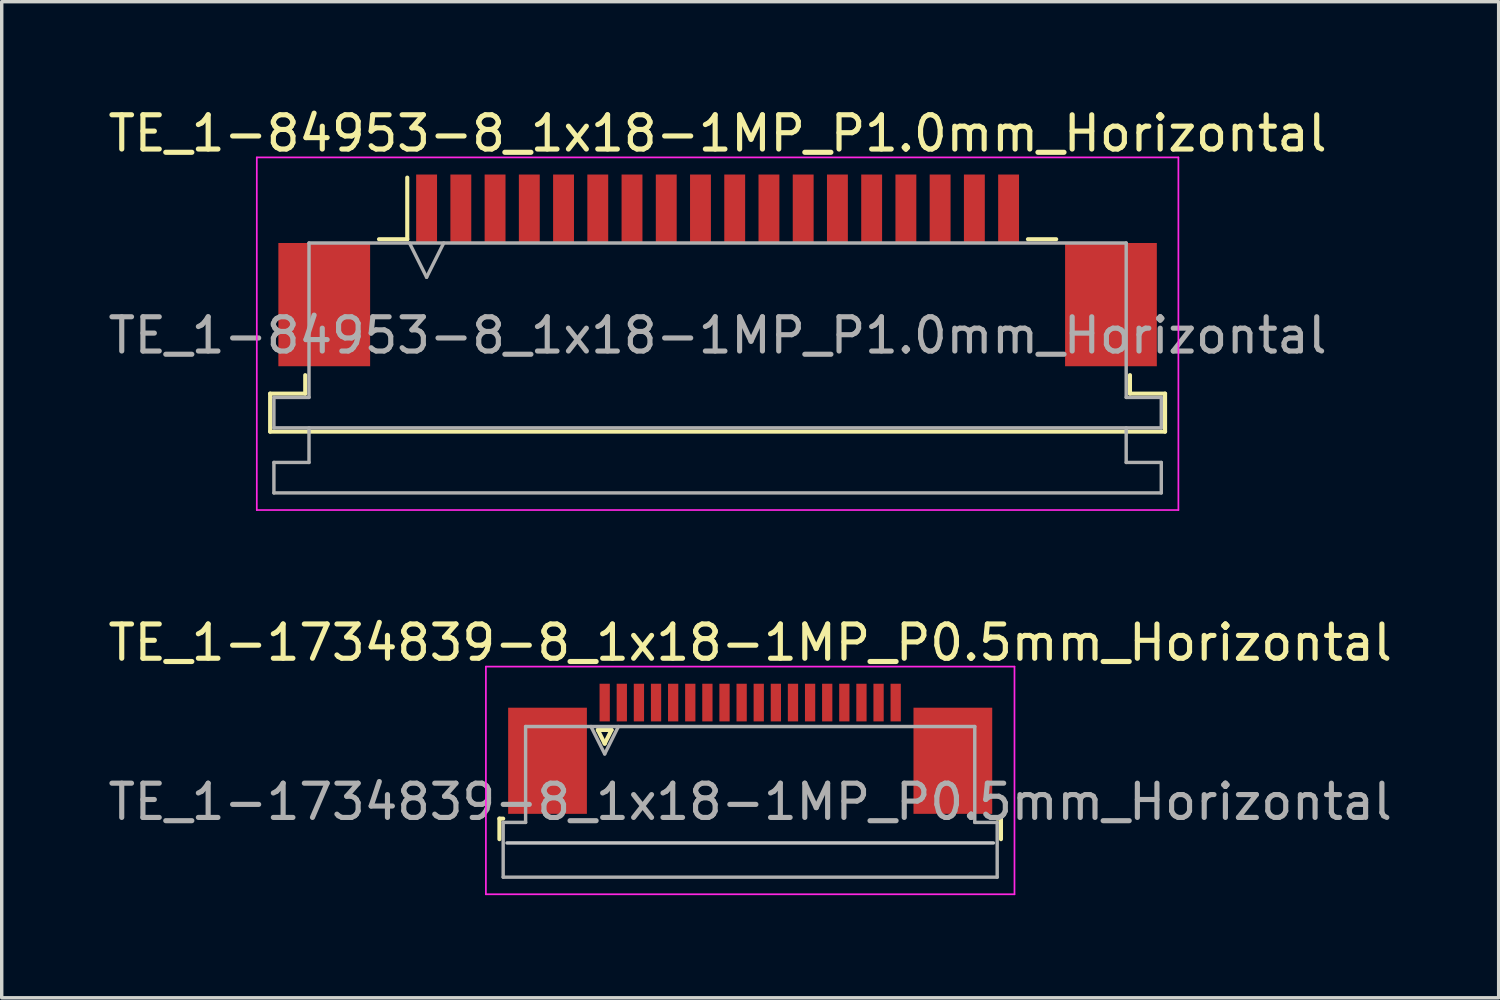
<source format=kicad_pcb>
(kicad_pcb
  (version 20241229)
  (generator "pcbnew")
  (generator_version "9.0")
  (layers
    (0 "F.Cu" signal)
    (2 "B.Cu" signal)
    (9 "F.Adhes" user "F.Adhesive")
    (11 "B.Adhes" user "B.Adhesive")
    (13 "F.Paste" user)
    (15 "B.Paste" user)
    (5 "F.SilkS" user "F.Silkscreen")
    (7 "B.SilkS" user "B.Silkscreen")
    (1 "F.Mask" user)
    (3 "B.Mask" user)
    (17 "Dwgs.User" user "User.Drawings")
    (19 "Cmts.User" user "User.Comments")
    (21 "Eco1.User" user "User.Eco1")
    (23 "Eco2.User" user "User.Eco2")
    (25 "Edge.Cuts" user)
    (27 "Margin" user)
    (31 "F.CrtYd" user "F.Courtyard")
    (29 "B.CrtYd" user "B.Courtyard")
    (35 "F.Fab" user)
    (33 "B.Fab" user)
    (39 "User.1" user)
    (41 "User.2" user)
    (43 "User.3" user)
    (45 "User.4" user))
  (footprint "TE_1-1734839-8_1x18-1MP_P0.5mm_Horizontal"
    (layer "F.Cu")
    (at 18.863 18.822)
    (property "Reference" "TE_1-1734839-8_1x18-1MP_P0.5mm_Horizontal" (at 0 -3.1 0) (layer "F.SilkS") (effects (font (size 1 1) (thickness 0.15))))
    (attr smd)
    (fp_line (start -7.325 2.04) (end -7.325 2.64) (stroke (width 0.12) (type solid)) (layer "F.SilkS"))
    (fp_line (start -7.215 2.04) (end -7.325 2.04) (stroke (width 0.12) (type solid)) (layer "F.SilkS"))
    (fp_line (start -4.45 -0.55) (end -4.25 -0.15) (stroke (width 0.12) (type solid)) (layer "F.SilkS"))
    (fp_line (start -4.25 -0.15) (end -4.05 -0.55) (stroke (width 0.12) (type solid)) (layer "F.SilkS"))
    (fp_line (start -4.05 -0.55) (end -4.45 -0.55) (stroke (width 0.12) (type solid)) (layer "F.SilkS"))
    (fp_line (start 7.215 2.04) (end 7.325 2.04) (stroke (width 0.12) (type solid)) (layer "F.SilkS"))
    (fp_line (start 7.325 2.04) (end 7.325 2.64) (stroke (width 0.12) (type solid)) (layer "F.SilkS"))
    (fp_line (start 7.105 2.75) (end -7.105 2.75) (stroke (width 0.1) (type solid)) (layer "Dwgs.User"))
    (fp_line (start -7.72 -2.4) (end -7.72 4.25) (stroke (width 0.05) (type solid)) (layer "F.CrtYd"))
    (fp_line (start -7.72 4.25) (end 7.72 4.25) (stroke (width 0.05) (type solid)) (layer "F.CrtYd"))
    (fp_line (start 7.72 -2.4) (end -7.72 -2.4) (stroke (width 0.05) (type solid)) (layer "F.CrtYd"))
    (fp_line (start 7.72 4.25) (end 7.72 -2.4) (stroke (width 0.05) (type solid)) (layer "F.CrtYd"))
    (fp_line (start -7.215 2.15) (end -6.56 2.15) (stroke (width 0.1) (type solid)) (layer "F.Fab"))
    (fp_line (start -7.215 3.75) (end -7.215 2.15) (stroke (width 0.1) (type solid)) (layer "F.Fab"))
    (fp_line (start -6.56 -0.65) (end 6.56 -0.65) (stroke (width 0.1) (type solid)) (layer "F.Fab"))
    (fp_line (start -6.56 2.15) (end -6.56 -0.65) (stroke (width 0.1) (type solid)) (layer "F.Fab"))
    (fp_line (start -4.65 -0.65) (end -4.25 0.15) (stroke (width 0.1) (type solid)) (layer "F.Fab"))
    (fp_line (start -4.25 0.15) (end -3.85 -0.65) (stroke (width 0.1) (type solid)) (layer "F.Fab"))
    (fp_line (start 6.56 -0.65) (end 6.56 2.15) (stroke (width 0.1) (type solid)) (layer "F.Fab"))
    (fp_line (start 6.56 2.15) (end 7.215 2.15) (stroke (width 0.1) (type solid)) (layer "F.Fab"))
    (fp_line (start 7.215 2.15) (end 7.215 3.75) (stroke (width 0.1) (type solid)) (layer "F.Fab"))
    (fp_line (start 7.215 3.75) (end -7.215 3.75) (stroke (width 0.1) (type solid)) (layer "F.Fab"))
    (fp_text user "${REFERENCE}" (at 0 1.55 0) (layer "F.Fab") (effects (font (size 1 1) (thickness 0.15))))
    (pad "1" smd rect (at -4.25 -1.35) (size 0.3 1.1) (layers "F.Cu" "F.Mask" "F.Paste"))
    (pad "2" smd rect (at -3.75 -1.35) (size 0.3 1.1) (layers "F.Cu" "F.Mask" "F.Paste"))
    (pad "3" smd rect (at -3.25 -1.35) (size 0.3 1.1) (layers "F.Cu" "F.Mask" "F.Paste"))
    (pad "4" smd rect (at -2.75 -1.35) (size 0.3 1.1) (layers "F.Cu" "F.Mask" "F.Paste"))
    (pad "5" smd rect (at -2.25 -1.35) (size 0.3 1.1) (layers "F.Cu" "F.Mask" "F.Paste"))
    (pad "6" smd rect (at -1.75 -1.35) (size 0.3 1.1) (layers "F.Cu" "F.Mask" "F.Paste"))
    (pad "7" smd rect (at -1.25 -1.35) (size 0.3 1.1) (layers "F.Cu" "F.Mask" "F.Paste"))
    (pad "8" smd rect (at -0.75 -1.35) (size 0.3 1.1) (layers "F.Cu" "F.Mask" "F.Paste"))
    (pad "9" smd rect (at -0.25 -1.35) (size 0.3 1.1) (layers "F.Cu" "F.Mask" "F.Paste"))
    (pad "10" smd rect (at 0.25 -1.35) (size 0.3 1.1) (layers "F.Cu" "F.Mask" "F.Paste"))
    (pad "11" smd rect (at 0.75 -1.35) (size 0.3 1.1) (layers "F.Cu" "F.Mask" "F.Paste"))
    (pad "12" smd rect (at 1.25 -1.35) (size 0.3 1.1) (layers "F.Cu" "F.Mask" "F.Paste"))
    (pad "13" smd rect (at 1.75 -1.35) (size 0.3 1.1) (layers "F.Cu" "F.Mask" "F.Paste"))
    (pad "14" smd rect (at 2.25 -1.35) (size 0.3 1.1) (layers "F.Cu" "F.Mask" "F.Paste"))
    (pad "15" smd rect (at 2.75 -1.35) (size 0.3 1.1) (layers "F.Cu" "F.Mask" "F.Paste"))
    (pad "16" smd rect (at 3.25 -1.35) (size 0.3 1.1) (layers "F.Cu" "F.Mask" "F.Paste"))
    (pad "17" smd rect (at 3.75 -1.35) (size 0.3 1.1) (layers "F.Cu" "F.Mask" "F.Paste"))
    (pad "18" smd rect (at 4.25 -1.35) (size 0.3 1.1) (layers "F.Cu" "F.Mask" "F.Paste"))
    (pad "MP" smd rect (at -5.92 0.35) (size 2.3 3.1) (layers "F.Cu" "F.Mask" "F.Paste"))
    (pad "MP" smd rect (at 5.92 0.35) (size 2.3 3.1) (layers "F.Cu" "F.Mask" "F.Paste")))
  (footprint "TE_1-84953-8_1x18-1MP_P1.0mm_Horizontal"
    (layer "F.Cu")
    (at 17.911 4.848)
    (property "Reference" "TE_1-84953-8_1x18-1MP_P1.0mm_Horizontal" (at 0 -4 0) (layer "F.SilkS") (effects (font (size 1 1) (thickness 0.15))))
    (attr smd)
    (fp_line (start -13.07 3.6) (end -12.045 3.6) (stroke (width 0.12) (type solid)) (layer "F.SilkS"))
    (fp_line (start -13.07 4.71) (end -13.07 3.6) (stroke (width 0.12) (type solid)) (layer "F.SilkS"))
    (fp_line (start -12.045 3.6) (end -12.045 3.06) (stroke (width 0.12) (type solid)) (layer "F.SilkS"))
    (fp_line (start -9.89 -0.91) (end -9.065 -0.91) (stroke (width 0.12) (type solid)) (layer "F.SilkS"))
    (fp_line (start -9.065 -0.91) (end -9.065 -2.71) (stroke (width 0.12) (type solid)) (layer "F.SilkS"))
    (fp_line (start 9.065 -0.91) (end 9.89 -0.91) (stroke (width 0.12) (type solid)) (layer "F.SilkS"))
    (fp_line (start 12.045 3.06) (end 12.045 3.6) (stroke (width 0.12) (type solid)) (layer "F.SilkS"))
    (fp_line (start 12.045 3.6) (end 13.07 3.6) (stroke (width 0.12) (type solid)) (layer "F.SilkS"))
    (fp_line (start 13.07 3.6) (end 13.07 4.71) (stroke (width 0.12) (type solid)) (layer "F.SilkS"))
    (fp_line (start 13.07 4.71) (end -13.07 4.71) (stroke (width 0.12) (type solid)) (layer "F.SilkS"))
    (fp_line (start -13.46 -3.3) (end -13.46 7) (stroke (width 0.05) (type solid)) (layer "F.CrtYd"))
    (fp_line (start -13.46 7) (end 13.46 7) (stroke (width 0.05) (type solid)) (layer "F.CrtYd"))
    (fp_line (start 13.46 -3.3) (end -13.46 -3.3) (stroke (width 0.05) (type solid)) (layer "F.CrtYd"))
    (fp_line (start 13.46 7) (end 13.46 -3.3) (stroke (width 0.05) (type solid)) (layer "F.CrtYd"))
    (fp_line (start -12.96 3.71) (end -11.935 3.71) (stroke (width 0.1) (type solid)) (layer "F.Fab"))
    (fp_line (start -12.96 4.6) (end -12.96 3.71) (stroke (width 0.1) (type solid)) (layer "F.Fab"))
    (fp_line (start -12.96 5.61) (end -11.935 5.61) (stroke (width 0.1) (type solid)) (layer "F.Fab"))
    (fp_line (start -12.96 6.5) (end -12.96 5.61) (stroke (width 0.1) (type solid)) (layer "F.Fab"))
    (fp_line (start -11.935 -0.8) (end 11.935 -0.8) (stroke (width 0.1) (type solid)) (layer "F.Fab"))
    (fp_line (start -11.935 3.71) (end -11.935 -0.8) (stroke (width 0.1) (type solid)) (layer "F.Fab"))
    (fp_line (start -11.935 5.61) (end -11.935 4.6) (stroke (width 0.1) (type solid)) (layer "F.Fab"))
    (fp_line (start -9 -0.8) (end -8.5 0.2) (stroke (width 0.1) (type solid)) (layer "F.Fab"))
    (fp_line (start -8.5 0.2) (end -8 -0.8) (stroke (width 0.1) (type solid)) (layer "F.Fab"))
    (fp_line (start 11.935 -0.8) (end 11.935 3.71) (stroke (width 0.1) (type solid)) (layer "F.Fab"))
    (fp_line (start 11.935 3.71) (end 12.96 3.71) (stroke (width 0.1) (type solid)) (layer "F.Fab"))
    (fp_line (start 11.935 4.6) (end 11.935 5.61) (stroke (width 0.1) (type solid)) (layer "F.Fab"))
    (fp_line (start 11.935 5.61) (end 12.96 5.61) (stroke (width 0.1) (type solid)) (layer "F.Fab"))
    (fp_line (start 12.96 3.71) (end 12.96 4.6) (stroke (width 0.1) (type solid)) (layer "F.Fab"))
    (fp_line (start 12.96 4.6) (end -12.96 4.6) (stroke (width 0.1) (type solid)) (layer "F.Fab"))
    (fp_line (start 12.96 5.61) (end 12.96 6.5) (stroke (width 0.1) (type solid)) (layer "F.Fab"))
    (fp_line (start 12.96 6.5) (end -12.96 6.5) (stroke (width 0.1) (type solid)) (layer "F.Fab"))
    (fp_text user "${REFERENCE}" (at 0 1.9 0) (layer "F.Fab") (effects (font (size 1 1) (thickness 0.15))))
    (pad "1" smd rect (at -8.5 -1.8) (size 0.61 2) (layers "F.Cu" "F.Mask" "F.Paste"))
    (pad "2" smd rect (at -7.5 -1.8) (size 0.61 2) (layers "F.Cu" "F.Mask" "F.Paste"))
    (pad "3" smd rect (at -6.5 -1.8) (size 0.61 2) (layers "F.Cu" "F.Mask" "F.Paste"))
    (pad "4" smd rect (at -5.5 -1.8) (size 0.61 2) (layers "F.Cu" "F.Mask" "F.Paste"))
    (pad "5" smd rect (at -4.5 -1.8) (size 0.61 2) (layers "F.Cu" "F.Mask" "F.Paste"))
    (pad "6" smd rect (at -3.5 -1.8) (size 0.61 2) (layers "F.Cu" "F.Mask" "F.Paste"))
    (pad "7" smd rect (at -2.5 -1.8) (size 0.61 2) (layers "F.Cu" "F.Mask" "F.Paste"))
    (pad "8" smd rect (at -1.5 -1.8) (size 0.61 2) (layers "F.Cu" "F.Mask" "F.Paste"))
    (pad "9" smd rect (at -0.5 -1.8) (size 0.61 2) (layers "F.Cu" "F.Mask" "F.Paste"))
    (pad "10" smd rect (at 0.5 -1.8) (size 0.61 2) (layers "F.Cu" "F.Mask" "F.Paste"))
    (pad "11" smd rect (at 1.5 -1.8) (size 0.61 2) (layers "F.Cu" "F.Mask" "F.Paste"))
    (pad "12" smd rect (at 2.5 -1.8) (size 0.61 2) (layers "F.Cu" "F.Mask" "F.Paste"))
    (pad "13" smd rect (at 3.5 -1.8) (size 0.61 2) (layers "F.Cu" "F.Mask" "F.Paste"))
    (pad "14" smd rect (at 4.5 -1.8) (size 0.61 2) (layers "F.Cu" "F.Mask" "F.Paste"))
    (pad "15" smd rect (at 5.5 -1.8) (size 0.61 2) (layers "F.Cu" "F.Mask" "F.Paste"))
    (pad "16" smd rect (at 6.5 -1.8) (size 0.61 2) (layers "F.Cu" "F.Mask" "F.Paste"))
    (pad "17" smd rect (at 7.5 -1.8) (size 0.61 2) (layers "F.Cu" "F.Mask" "F.Paste"))
    (pad "18" smd rect (at 8.5 -1.8) (size 0.61 2) (layers "F.Cu" "F.Mask" "F.Paste"))
    (pad "MP" smd rect (at -11.49 1) (size 2.68 3.6) (layers "F.Cu" "F.Mask" "F.Paste"))
    (pad "MP" smd rect (at 11.49 1) (size 2.68 3.6) (layers "F.Cu" "F.Mask" "F.Paste")))
  (gr_rect
    (start -3 -3)
    (end 40.726 26.096)
    (stroke (width 0.1) (type default))
    (fill no)
    (layer "Edge.Cuts")))
</source>
